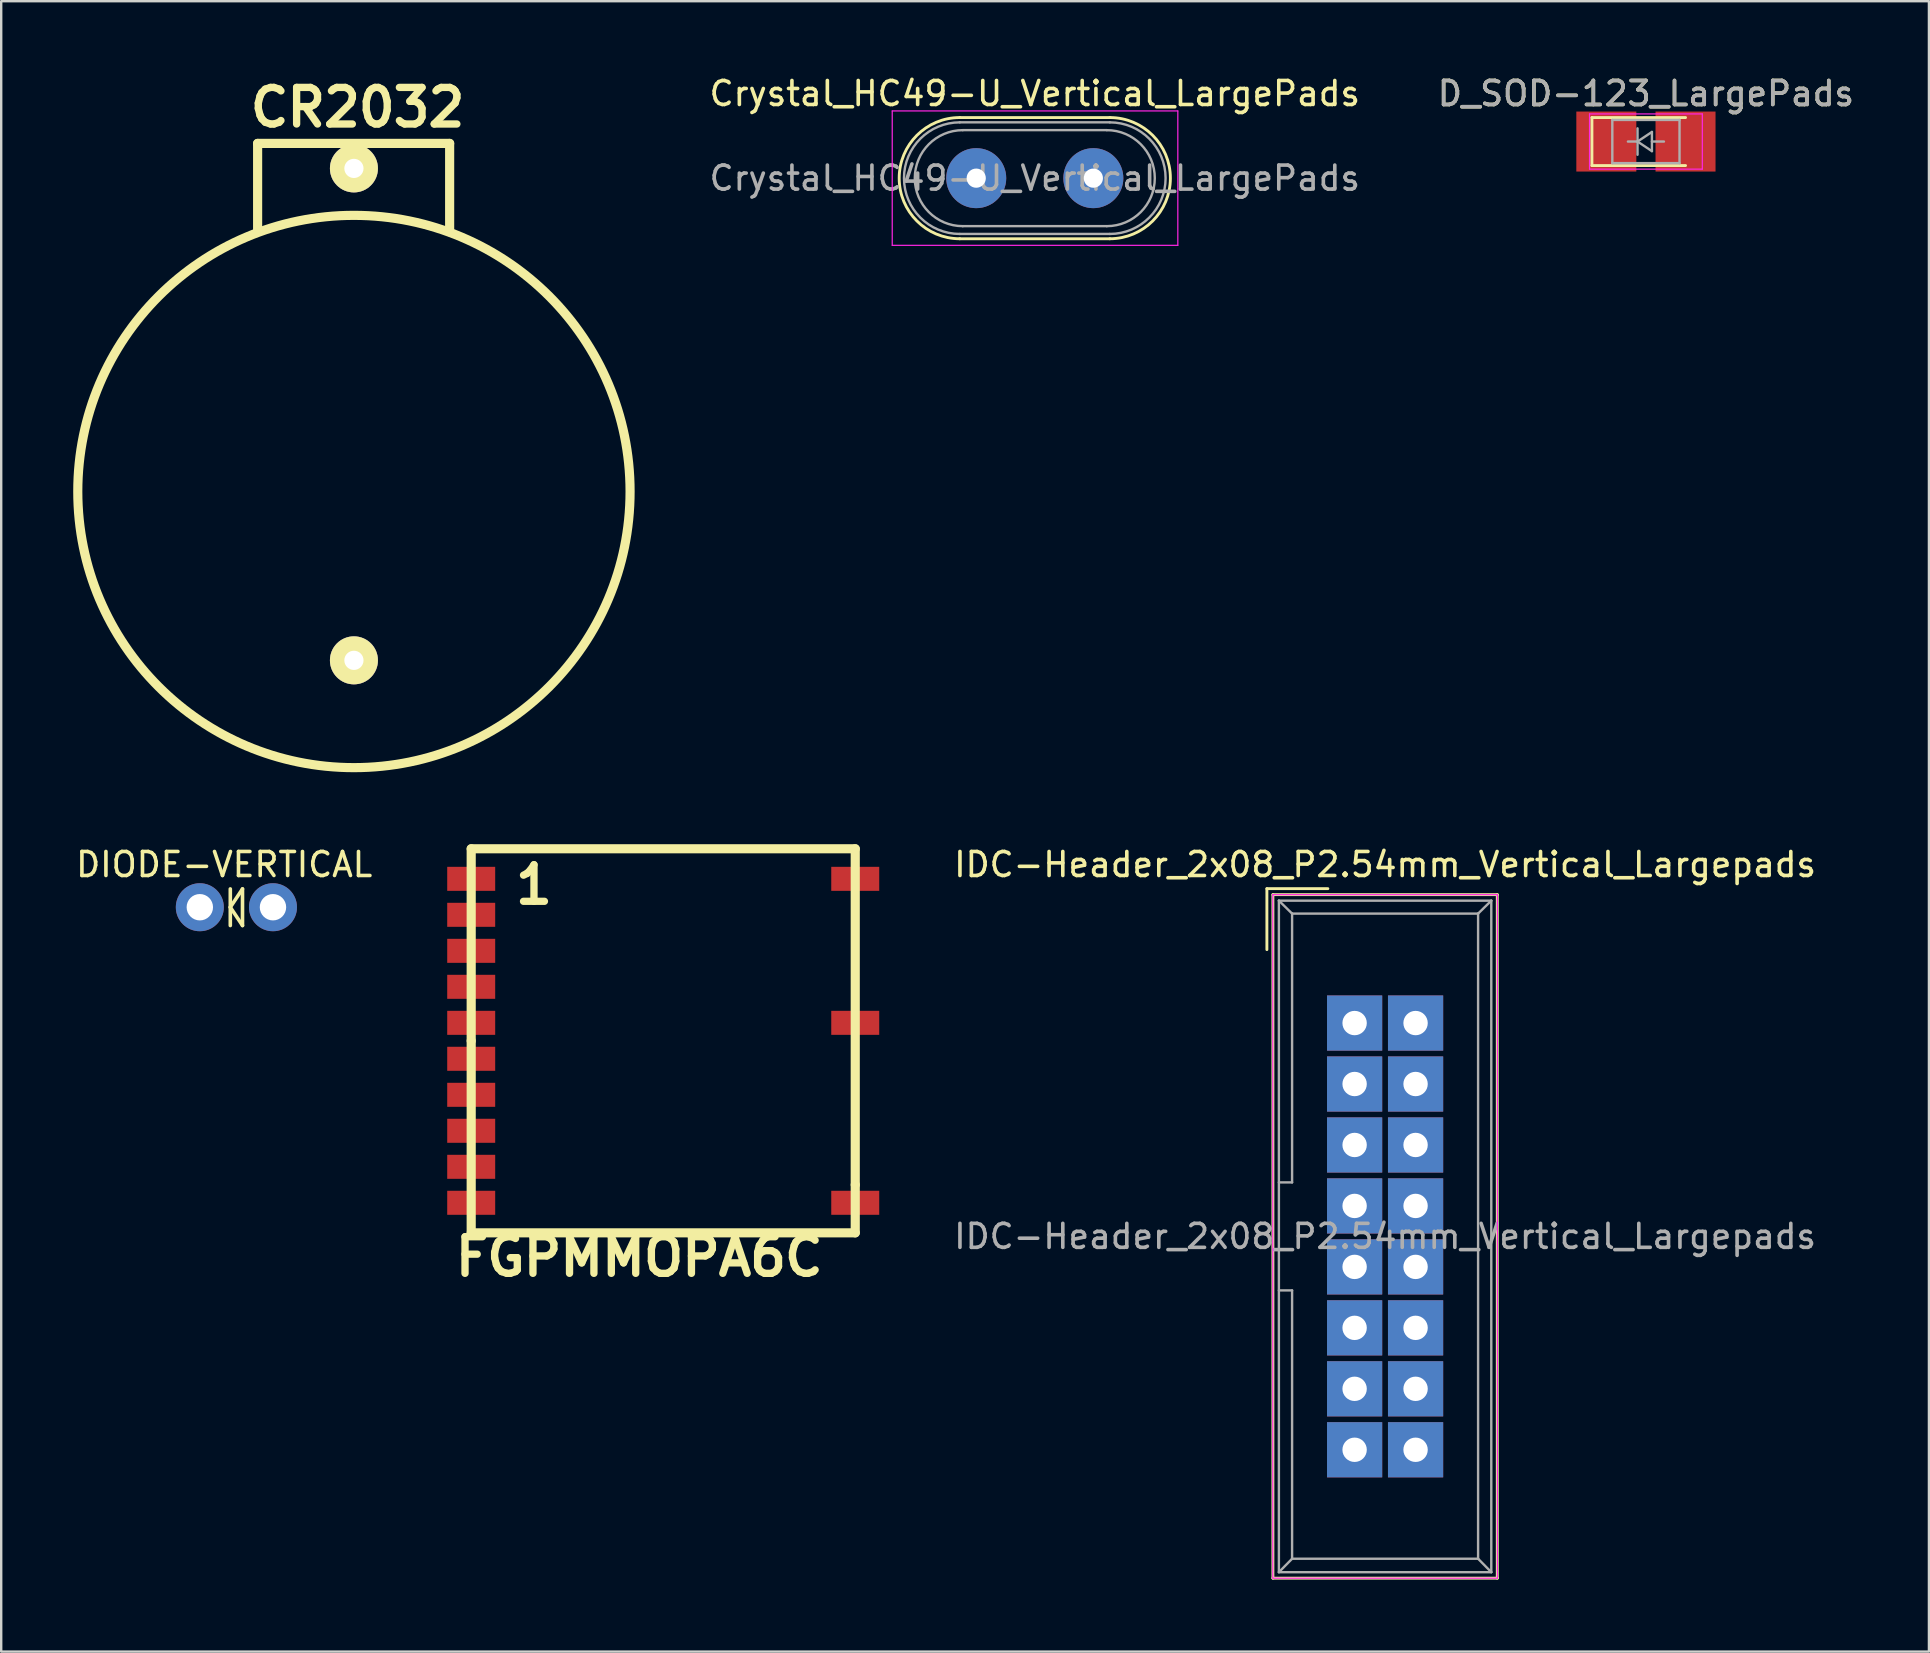
<source format=kicad_pcb>
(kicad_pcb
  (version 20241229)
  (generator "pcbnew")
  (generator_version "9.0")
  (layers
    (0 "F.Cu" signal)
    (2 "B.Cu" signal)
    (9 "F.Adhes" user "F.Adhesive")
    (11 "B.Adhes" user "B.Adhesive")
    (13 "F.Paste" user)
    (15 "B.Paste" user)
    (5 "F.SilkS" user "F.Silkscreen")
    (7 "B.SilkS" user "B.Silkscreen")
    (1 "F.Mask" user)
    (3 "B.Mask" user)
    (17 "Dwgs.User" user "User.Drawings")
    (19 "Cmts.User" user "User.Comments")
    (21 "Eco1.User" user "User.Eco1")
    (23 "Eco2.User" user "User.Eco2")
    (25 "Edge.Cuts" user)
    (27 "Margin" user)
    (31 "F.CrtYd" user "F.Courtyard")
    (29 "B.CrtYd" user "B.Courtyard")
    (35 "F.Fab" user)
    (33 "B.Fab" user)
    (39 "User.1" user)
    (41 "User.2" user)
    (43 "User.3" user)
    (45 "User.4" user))
  (footprint "DIODE-VERTICAL"
    (layer "F.Cu")
    (at 6.8 34.751)
    (property "Reference" "DIODE-VERTICAL" (at -0.508 -1.778 0) (layer "F.SilkS") (effects (font (size 1 1) (thickness 0.15))))
    (attr through_hole)
    (fp_line (start -0.254 -0.762) (end -0.254 0.762) (stroke (width 0.15) (type solid)) (layer "F.SilkS"))
    (fp_line (start -0.254 0) (end 0.254 -0.762) (stroke (width 0.15) (type solid)) (layer "F.SilkS"))
    (fp_line (start 0.254 -0.762) (end 0.254 0.762) (stroke (width 0.15) (type solid)) (layer "F.SilkS"))
    (fp_line (start 0.254 0.762) (end -0.254 0) (stroke (width 0.15) (type solid)) (layer "F.SilkS"))
    (pad "1" thru_hole circle (at -1.524 0) (size 2 2) (drill 1.1) (layers "*.Cu" "*.Mask"))
    (pad "2" thru_hole circle (at 1.524 0) (size 2 2) (drill 1.1) (layers "*.Cu" "*.Mask")))
  (footprint "D_SOD-123_LargePads"
    (layer "F.Cu")
    (at 65.53 2.848)
    (property "Reference" "D_SOD-123_LargePads" (at 0 -2 0) (layer "F.SilkS") (effects (font (size 1 1) (thickness 0.15))))
    (attr smd)
    (fp_line (start -2.25 -1) (end -2.25 1) (stroke (width 0.12) (type solid)) (layer "F.SilkS"))
    (fp_line (start -2.25 -1) (end 1.65 -1) (stroke (width 0.12) (type solid)) (layer "F.SilkS"))
    (fp_line (start -2.25 1) (end 1.65 1) (stroke (width 0.12) (type solid)) (layer "F.SilkS"))
    (fp_line (start -2.35 -1.15) (end -2.35 1.15) (stroke (width 0.05) (type solid)) (layer "F.CrtYd"))
    (fp_line (start -2.35 -1.15) (end 2.35 -1.15) (stroke (width 0.05) (type solid)) (layer "F.CrtYd"))
    (fp_line (start 2.35 -1.15) (end 2.35 1.15) (stroke (width 0.05) (type solid)) (layer "F.CrtYd"))
    (fp_line (start 2.35 1.15) (end -2.35 1.15) (stroke (width 0.05) (type solid)) (layer "F.CrtYd"))
    (fp_line (start -1.4 -0.9) (end 1.4 -0.9) (stroke (width 0.1) (type solid)) (layer "F.Fab"))
    (fp_line (start -1.4 0.9) (end -1.4 -0.9) (stroke (width 0.1) (type solid)) (layer "F.Fab"))
    (fp_line (start -0.75 0) (end -0.35 0) (stroke (width 0.1) (type solid)) (layer "F.Fab"))
    (fp_line (start -0.35 0) (end -0.35 -0.55) (stroke (width 0.1) (type solid)) (layer "F.Fab"))
    (fp_line (start -0.35 0) (end -0.35 0.55) (stroke (width 0.1) (type solid)) (layer "F.Fab"))
    (fp_line (start -0.35 0) (end 0.25 -0.4) (stroke (width 0.1) (type solid)) (layer "F.Fab"))
    (fp_line (start 0.25 -0.4) (end 0.25 0.4) (stroke (width 0.1) (type solid)) (layer "F.Fab"))
    (fp_line (start 0.25 0) (end 0.75 0) (stroke (width 0.1) (type solid)) (layer "F.Fab"))
    (fp_line (start 0.25 0.4) (end -0.35 0) (stroke (width 0.1) (type solid)) (layer "F.Fab"))
    (fp_line (start 1.4 -0.9) (end 1.4 0.9) (stroke (width 0.1) (type solid)) (layer "F.Fab"))
    (fp_line (start 1.4 0.9) (end -1.4 0.9) (stroke (width 0.1) (type solid)) (layer "F.Fab"))
    (fp_text user "${REFERENCE}" (at 0 -2 0) (layer "F.Fab") (effects (font (size 1 1) (thickness 0.15))))
    (pad "1" smd rect (at -1.65 0) (size 2.5 2.5) (layers "F.Cu" "F.Mask" "F.Paste"))
    (pad "2" smd rect (at 1.65 0) (size 2.5 2.5) (layers "F.Cu" "F.Mask" "F.Paste")))
  (footprint "CR2032"
    (layer "F.Cu")
    (at 11.697 16.946)
    (property "Reference" "CR2032" (at 0.152 -15.519 0) (layer "F.SilkS") (effects (font (size 1.524 1.524) (thickness 0.305))))
    (attr through_hole)
    (fp_line (start -4.013 -14.021) (end -4.013 -10.414) (stroke (width 0.381) (type solid)) (layer "F.SilkS"))
    (fp_line (start 3.988 -14.021) (end -4.013 -14.021) (stroke (width 0.381) (type solid)) (layer "F.SilkS"))
    (fp_line (start 3.988 -10.338) (end 3.988 -14.021) (stroke (width 0.381) (type solid)) (layer "F.SilkS"))
    (fp_circle (center 0 0.483) (end 11.506 0.483) (stroke (width 0.381) (type solid)) (fill no) (layer "F.SilkS"))
    (pad "1" thru_hole circle (at 0 -12.979) (size 2 2) (drill 0.8) (layers "*.Cu" "*.Mask" "F.SilkS"))
    (pad "2" thru_hole circle (at 0 7.518) (size 2 2) (drill 0.8) (layers "*.Cu" "*.Mask" "F.SilkS")))
  (footprint "FGPMMOPA6C"
    (layer "F.Cu")
    (at 24.584 40.317)
    (property "Reference" "FGPMMOPA6C" (at -1.001 8.999 0) (layer "F.SilkS") (effects (font (size 1.524 1.524) (thickness 0.305))))
    (attr through_hole)
    (fp_line (start -8.001 -8.001) (end 8.001 -8.001) (stroke (width 0.381) (type solid)) (layer "F.SilkS"))
    (fp_line (start -8.001 0) (end -8.001 -8.001) (stroke (width 0.381) (type solid)) (layer "F.SilkS"))
    (fp_line (start -8.001 8.001) (end -8.001 0) (stroke (width 0.381) (type solid)) (layer "F.SilkS"))
    (fp_line (start 8.001 -8.001) (end 8.001 5.999) (stroke (width 0.381) (type solid)) (layer "F.SilkS"))
    (fp_line (start 8.001 5.999) (end 8.001 8.001) (stroke (width 0.381) (type solid)) (layer "F.SilkS"))
    (fp_line (start 8.001 8.001) (end -8.001 8.001) (stroke (width 0.381) (type solid)) (layer "F.SilkS"))
    (fp_text user "1" (at -5.385 -6.502 0) (layer "F.SilkS") (effects (font (size 1.524 1.524) (thickness 0.305))))
    (pad "1" smd rect (at -8.001 -6.749) (size 1.999 1.001) (layers "F.Cu" "F.Mask" "F.Paste"))
    (pad "2" smd rect (at -8.001 -5.25) (size 1.999 1.001) (layers "F.Cu" "F.Mask" "F.Paste"))
    (pad "3" smd rect (at -8.001 -3.749) (size 1.999 1.001) (layers "F.Cu" "F.Mask" "F.Paste"))
    (pad "4" smd rect (at -8.001 -2.25) (size 1.999 1.001) (layers "F.Cu" "F.Mask" "F.Paste"))
    (pad "5" smd rect (at -8.001 -0.749) (size 1.999 1.001) (layers "F.Cu" "F.Mask" "F.Paste"))
    (pad "6" smd rect (at -8.001 0.749) (size 1.999 1.001) (layers "F.Cu" "F.Mask" "F.Paste"))
    (pad "7" smd rect (at -8.001 2.25) (size 1.999 1.001) (layers "F.Cu" "F.Mask" "F.Paste"))
    (pad "8" smd rect (at -8.001 3.749) (size 1.999 1.001) (layers "F.Cu" "F.Mask" "F.Paste"))
    (pad "9" smd rect (at -8.001 5.25) (size 1.999 1.001) (layers "F.Cu" "F.Mask" "F.Paste"))
    (pad "10" smd rect (at -8.001 6.749) (size 1.999 1.001) (layers "F.Cu" "F.Mask" "F.Paste"))
    (pad "11" smd rect (at 8.001 6.749) (size 1.999 1.001) (layers "F.Cu" "F.Mask" "F.Paste"))
    (pad "12" smd rect (at 8.001 -0.749) (size 1.999 1.001) (layers "F.Cu" "F.Mask" "F.Paste"))
    (pad "13" smd rect (at 8.001 -6.749) (size 1.999 1.001) (layers "F.Cu" "F.Mask" "F.Paste")))
  (footprint "Crystal_HC49-U_Vertical_LargePads"
    (layer "F.Cu")
    (at 37.626 4.373)
    (property "Reference" "Crystal_HC49-U_Vertical_LargePads" (at 2.44 -3.525 0) (layer "F.SilkS") (effects (font (size 1 1) (thickness 0.15))))
    (attr through_hole)
    (fp_line (start -0.685 -2.525) (end 5.565 -2.525) (stroke (width 0.12) (type solid)) (layer "F.SilkS"))
    (fp_line (start -0.685 2.525) (end 5.565 2.525) (stroke (width 0.12) (type solid)) (layer "F.SilkS"))
    (fp_arc (start -0.685 2.525) (mid -3.21 0) (end -0.685 -2.525) (stroke (width 0.12) (type solid)) (layer "F.SilkS"))
    (fp_arc (start 5.565 -2.525) (mid 8.09 0) (end 5.565 2.525) (stroke (width 0.12) (type solid)) (layer "F.SilkS"))
    (fp_line (start -3.5 -2.8) (end -3.5 2.8) (stroke (width 0.05) (type solid)) (layer "F.CrtYd"))
    (fp_line (start -3.5 2.8) (end 8.4 2.8) (stroke (width 0.05) (type solid)) (layer "F.CrtYd"))
    (fp_line (start 8.4 -2.8) (end -3.5 -2.8) (stroke (width 0.05) (type solid)) (layer "F.CrtYd"))
    (fp_line (start 8.4 2.8) (end 8.4 -2.8) (stroke (width 0.05) (type solid)) (layer "F.CrtYd"))
    (fp_line (start -0.685 -2.325) (end 5.565 -2.325) (stroke (width 0.1) (type solid)) (layer "F.Fab"))
    (fp_line (start -0.685 2.325) (end 5.565 2.325) (stroke (width 0.1) (type solid)) (layer "F.Fab"))
    (fp_line (start -0.56 -2) (end 5.44 -2) (stroke (width 0.1) (type solid)) (layer "F.Fab"))
    (fp_line (start -0.56 2) (end 5.44 2) (stroke (width 0.1) (type solid)) (layer "F.Fab"))
    (fp_arc (start -0.685 2.325) (mid -3.01 0) (end -0.685 -2.325) (stroke (width 0.1) (type solid)) (layer "F.Fab"))
    (fp_arc (start -0.56 2) (mid -2.56 0) (end -0.56 -2) (stroke (width 0.1) (type solid)) (layer "F.Fab"))
    (fp_arc (start 5.44 -2) (mid 7.44 0) (end 5.44 2) (stroke (width 0.1) (type solid)) (layer "F.Fab"))
    (fp_arc (start 5.565 -2.325) (mid 7.89 0) (end 5.565 2.325) (stroke (width 0.1) (type solid)) (layer "F.Fab"))
    (fp_text user "${REFERENCE}" (at 2.44 0 0) (layer "F.Fab") (effects (font (size 1 1) (thickness 0.15))))
    (pad "1" thru_hole circle (at 0 0) (size 2.5 2.5) (drill 0.8) (layers "*.Cu" "*.Mask"))
    (pad "2" thru_hole circle (at 4.88 0) (size 2.5 2.5) (drill 0.8) (layers "*.Cu" "*.Mask")))
  (footprint "IDC-Header_2x08_P2.54mm_Vertical_Largepads"
    (layer "F.Cu")
    (at 53.392 39.577)
    (property "Reference" "IDC-Header_2x08_P2.54mm_Vertical_Largepads" (at 1.27 -6.604 0) (layer "F.SilkS") (effects (font (size 1 1) (thickness 0.15))))
    (attr through_hole)
    (fp_line (start -3.655 -5.6) (end -3.655 -3.06) (stroke (width 0.12) (type solid)) (layer "F.SilkS"))
    (fp_line (start -3.655 -5.6) (end -1.115 -5.6) (stroke (width 0.12) (type solid)) (layer "F.SilkS"))
    (fp_line (start -3.405 -5.35) (end 5.945 -5.35) (stroke (width 0.12) (type solid)) (layer "F.SilkS"))
    (fp_line (start -3.405 23.13) (end -3.405 -5.35) (stroke (width 0.12) (type solid)) (layer "F.SilkS"))
    (fp_line (start 5.945 -5.35) (end 5.945 23.13) (stroke (width 0.12) (type solid)) (layer "F.SilkS"))
    (fp_line (start 5.945 23.13) (end -3.405 23.13) (stroke (width 0.12) (type solid)) (layer "F.SilkS"))
    (fp_line (start -3.41 -5.35) (end 5.95 -5.35) (stroke (width 0.05) (type solid)) (layer "F.CrtYd"))
    (fp_line (start -3.41 23.13) (end -3.41 -5.35) (stroke (width 0.05) (type solid)) (layer "F.CrtYd"))
    (fp_line (start 5.95 -5.35) (end 5.95 23.13) (stroke (width 0.05) (type solid)) (layer "F.CrtYd"))
    (fp_line (start 5.95 23.13) (end -3.41 23.13) (stroke (width 0.05) (type solid)) (layer "F.CrtYd"))
    (fp_line (start -3.155 -5.1) (end -3.155 22.88) (stroke (width 0.1) (type solid)) (layer "F.Fab"))
    (fp_line (start -3.155 -5.1) (end -2.605 -4.56) (stroke (width 0.1) (type solid)) (layer "F.Fab"))
    (fp_line (start -3.155 22.88) (end -2.605 22.32) (stroke (width 0.1) (type solid)) (layer "F.Fab"))
    (fp_line (start -2.605 -4.56) (end -2.605 6.64) (stroke (width 0.1) (type solid)) (layer "F.Fab"))
    (fp_line (start -2.605 6.64) (end -3.155 6.64) (stroke (width 0.1) (type solid)) (layer "F.Fab"))
    (fp_line (start -2.605 11.14) (end -3.155 11.14) (stroke (width 0.1) (type solid)) (layer "F.Fab"))
    (fp_line (start -2.605 11.14) (end -2.605 22.32) (stroke (width 0.1) (type solid)) (layer "F.Fab"))
    (fp_line (start 5.145 -4.56) (end -2.605 -4.56) (stroke (width 0.1) (type solid)) (layer "F.Fab"))
    (fp_line (start 5.145 -4.56) (end 5.145 22.32) (stroke (width 0.1) (type solid)) (layer "F.Fab"))
    (fp_line (start 5.145 22.32) (end -2.605 22.32) (stroke (width 0.1) (type solid)) (layer "F.Fab"))
    (fp_line (start 5.695 -5.1) (end -3.155 -5.1) (stroke (width 0.1) (type solid)) (layer "F.Fab"))
    (fp_line (start 5.695 -5.1) (end 5.145 -4.56) (stroke (width 0.1) (type solid)) (layer "F.Fab"))
    (fp_line (start 5.695 -5.1) (end 5.695 22.88) (stroke (width 0.1) (type solid)) (layer "F.Fab"))
    (fp_line (start 5.695 22.88) (end -3.155 22.88) (stroke (width 0.1) (type solid)) (layer "F.Fab"))
    (fp_line (start 5.695 22.88) (end 5.145 22.32) (stroke (width 0.1) (type solid)) (layer "F.Fab"))
    (fp_text user "${REFERENCE}" (at 1.27 8.89 0) (layer "F.Fab") (effects (font (size 1 1) (thickness 0.15))))
    (pad "1" thru_hole rect (at 0 0) (size 2.3 2.3) (drill 1.016) (layers "*.Cu" "*.Mask"))
    (pad "2" thru_hole rect (at 2.54 0) (size 2.3 2.3) (drill 1.016) (layers "*.Cu" "*.Mask"))
    (pad "3" thru_hole rect (at 0 2.54) (size 2.3 2.3) (drill 1.016) (layers "*.Cu" "*.Mask"))
    (pad "4" thru_hole rect (at 2.54 2.54) (size 2.3 2.3) (drill 1.016) (layers "*.Cu" "*.Mask"))
    (pad "5" thru_hole rect (at 0 5.08) (size 2.3 2.3) (drill 1.016) (layers "*.Cu" "*.Mask"))
    (pad "6" thru_hole rect (at 2.54 5.08) (size 2.3 2.3) (drill 1.016) (layers "*.Cu" "*.Mask"))
    (pad "7" thru_hole rect (at 0 7.62) (size 2.3 2.3) (drill 1.016) (layers "*.Cu" "*.Mask"))
    (pad "8" thru_hole rect (at 2.54 7.62) (size 2.3 2.3) (drill 1.016) (layers "*.Cu" "*.Mask"))
    (pad "9" thru_hole rect (at 0 10.16) (size 2.3 2.3) (drill 1.016) (layers "*.Cu" "*.Mask"))
    (pad "10" thru_hole rect (at 2.54 10.16) (size 2.3 2.3) (drill 1.016) (layers "*.Cu" "*.Mask"))
    (pad "11" thru_hole rect (at 0 12.7) (size 2.3 2.3) (drill 1.016) (layers "*.Cu" "*.Mask"))
    (pad "12" thru_hole rect (at 2.54 12.7) (size 2.3 2.3) (drill 1.016) (layers "*.Cu" "*.Mask"))
    (pad "13" thru_hole rect (at 0 15.24) (size 2.3 2.3) (drill 1.016) (layers "*.Cu" "*.Mask"))
    (pad "14" thru_hole rect (at 2.54 15.24) (size 2.3 2.3) (drill 1.016) (layers "*.Cu" "*.Mask"))
    (pad "15" thru_hole rect (at 0 17.78) (size 2.3 2.3) (drill 1.016) (layers "*.Cu" "*.Mask"))
    (pad "16" thru_hole rect (at 2.54 17.78) (size 2.3 2.3) (drill 1.016) (layers "*.Cu" "*.Mask")))
  (gr_rect
    (start -3 -3)
    (end 77.322 65.767)
    (stroke (width 0.1) (type default))
    (fill no)
    (layer "Edge.Cuts")))
</source>
